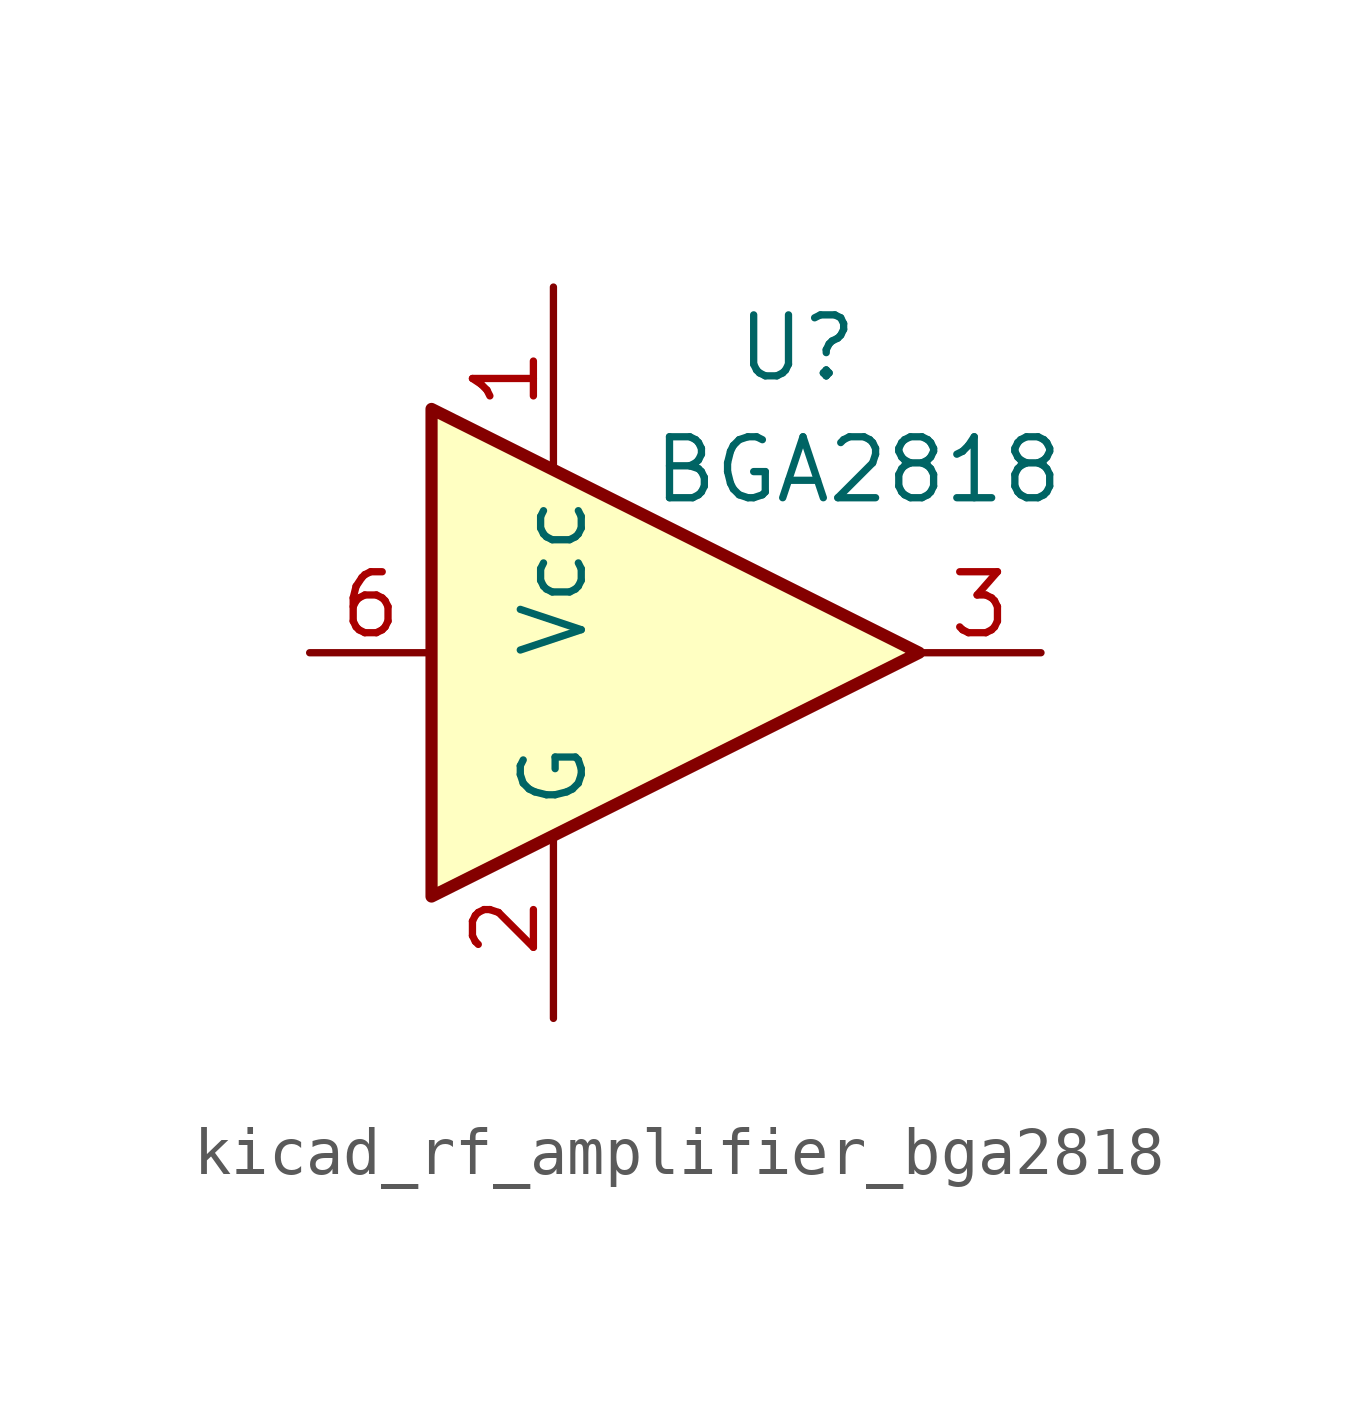
<source format=kicad_sym>
(kicad_symbol_lib
  (version 20220914)
  (generator kicad_symbol_editor)
  (symbol "kicad_rf_amplifier_bga2818"
    (property "Reference" "U"
      (at 2.54 6.35 0)
      (effects (font (size 1.27 1.27))))
    (property "Value" "BGA2818"
      (at 3.81 3.81 0)
      (effects (font (size 1.27 1.27))))
    (symbol "kicad_rf_amplifier_bga2818_0_1"
      (polyline (pts (xy 5.08 0) (xy -5.08 5.08) (xy -5.08 -5.08) (xy 5.08 0)) (stroke (width 0.254) (type default)) (fill (type background))))
    (symbol "kicad_rf_amplifier_bga2818_1_1"
      (pin power_in line (at -2.54 7.62 270) (length 3.81) (name "Vcc" (effects (font (size 1.27 1.27)))) (number "1" (effects (font (size 1.27 1.27)))))
      (pin power_in line (at -2.54 -7.62 90) (length 3.81) (name "G" (effects (font (size 1.27 1.27)))) (number "2" (effects (font (size 1.27 1.27)))))
      (pin output line (at 7.62 0 180) (length 2.54) (name "~" (effects (font (size 1.27 1.27)))) (number "3" (effects (font (size 1.27 1.27)))))
      (pin passive line (at -2.54 -7.62 90) (length 3.81) hide (name "G" (effects (font (size 1.27 1.27)))) (number "4" (effects (font (size 1.27 1.27)))))
      (pin passive line (at -2.54 -7.62 90) (length 3.81) hide (name "G" (effects (font (size 1.27 1.27)))) (number "5" (effects (font (size 1.27 1.27)))))
      (pin input line (at -7.62 0 0) (length 2.54) (name "~" (effects (font (size 1.27 1.27)))) (number "6" (effects (font (size 1.27 1.27))))))))
</source>
